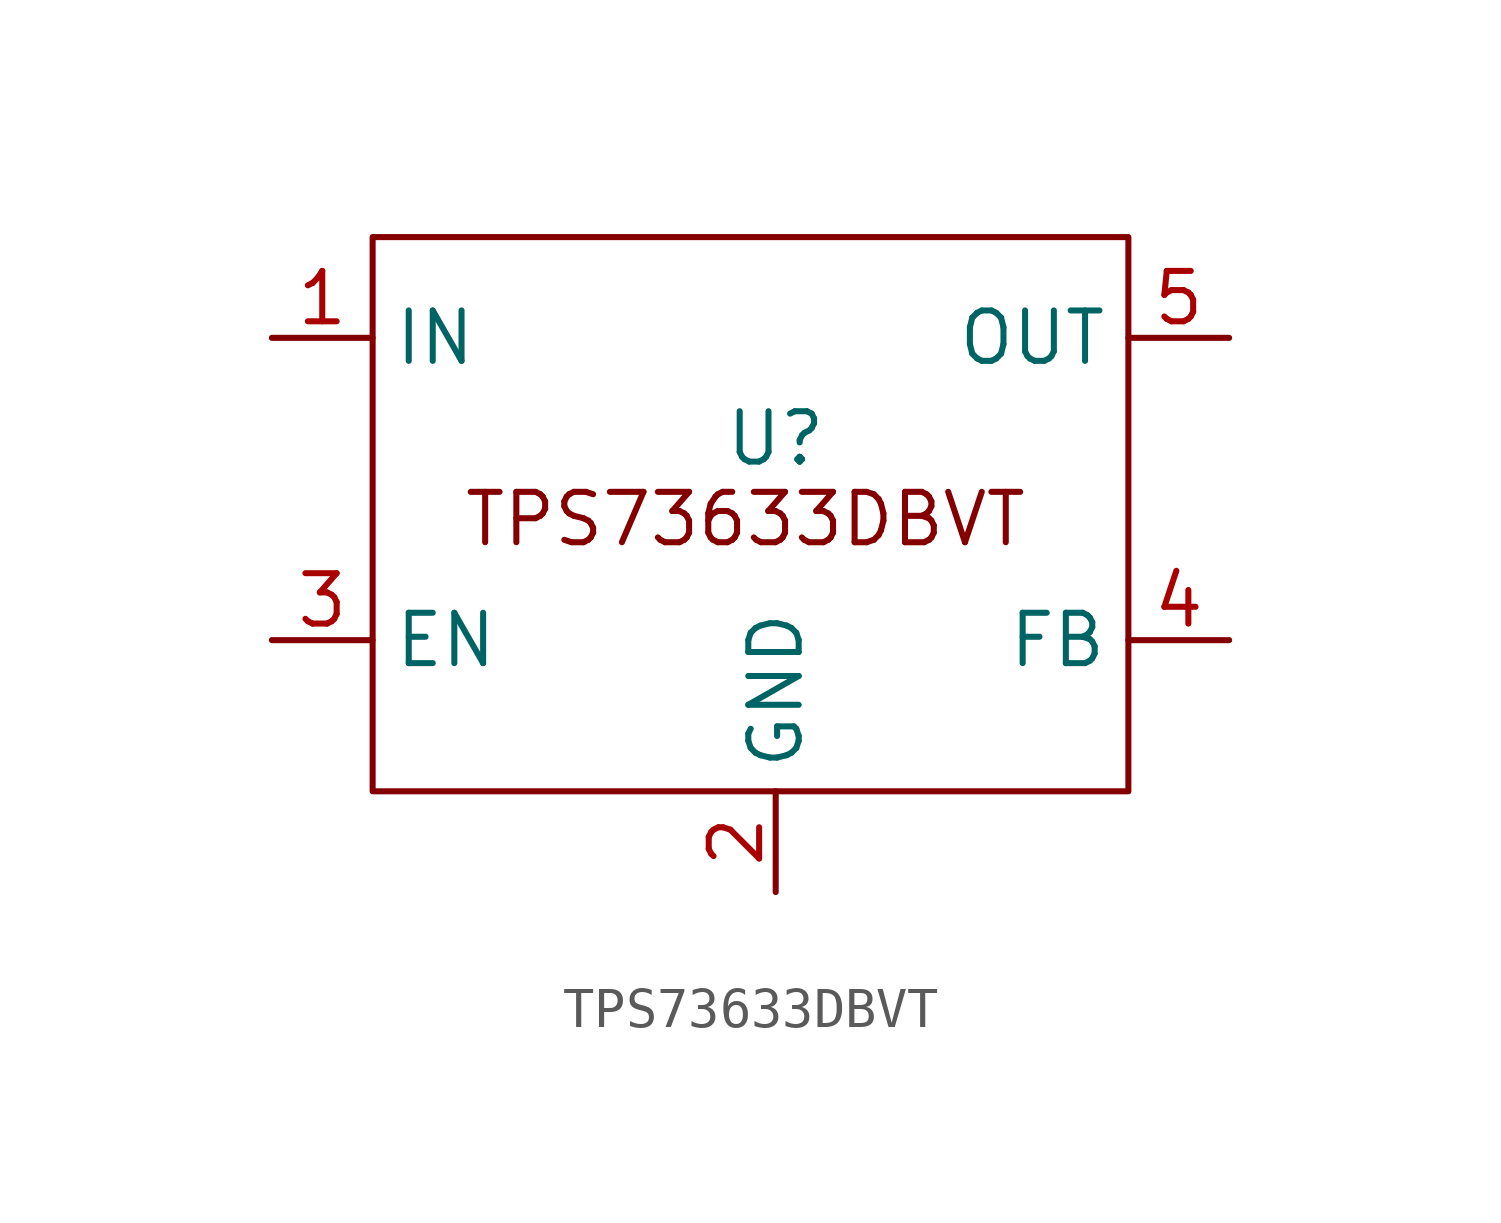
<source format=kicad_sym>
(kicad_symbol_lib
  (version 20231120)
  (generator "kicad_symbol_editor")
  (generator_version "8.0")
  (symbol "TPS73633DBVT"
    (property "Reference" "U"
      (at 0 0 0)
      (effects (font (size 1.27 1.27))))
    (property "Value" ""
      (at -10.16 5.08 0)
      (effects (font (size 1.27 1.27))))
    (symbol "TPS73633DBVT_0_1"
      (rectangle (start -10.16 5.08) (end 8.89 -8.89) (stroke (width 0) (type default)) (fill (type none))))
    (symbol "TPS73633DBVT_1_1"
      (text "TPS73633DBVT" (at -0.762 -2.032 0) (effects (font (face "KiCad Font") (size 1.27 1.27))))
      (pin input line (at -12.7 2.54 0) (length 2.54) (name "IN" (effects (font (size 1.27 1.27)))) (number "1" (effects (font (size 1.27 1.27)))))
      (pin input line (at 0 -11.43 90) (length 2.54) (name "GND" (effects (font (size 1.27 1.27)))) (number "2" (effects (font (size 1.27 1.27)))))
      (pin input line (at -12.7 -5.08 0) (length 2.54) (name "EN" (effects (font (size 1.27 1.27)))) (number "3" (effects (font (size 1.27 1.27)))))
      (pin input line (at 11.43 -5.08 180) (length 2.54) (name "FB" (effects (font (size 1.27 1.27)))) (number "4" (effects (font (size 1.27 1.27)))))
      (pin input line (at 11.43 2.54 180) (length 2.54) (name "OUT" (effects (font (size 1.27 1.27)))) (number "5" (effects (font (size 1.27 1.27))))))))
</source>
